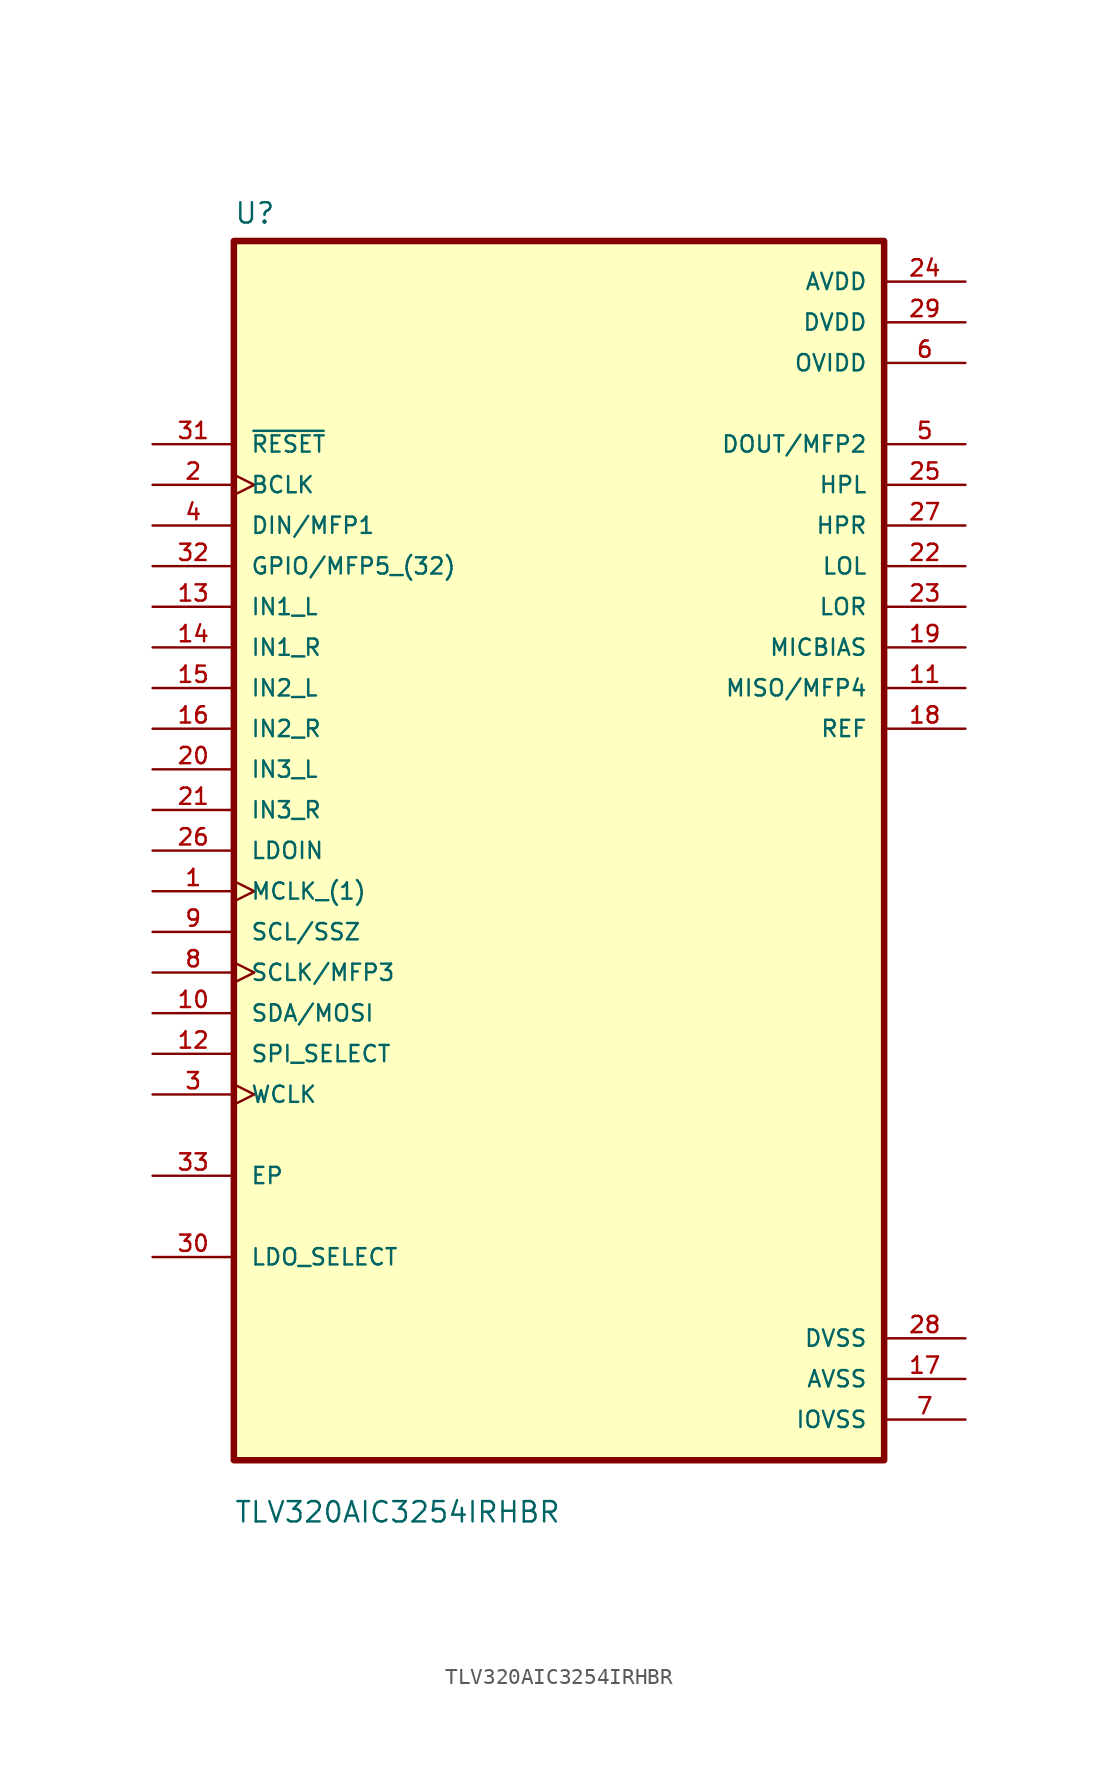
<source format=kicad_sym>
(kicad_symbol_lib
  (version 20211014)
  (generator kicad_symbol_editor)
  (symbol "TLV320AIC3254IRHBR"
    (pin_names
      (offset 1.016))
    (property "Reference" "U"
      (at -20.32 39.091 0)
      (effects (font (size 1.27 1.27)) (justify left bottom)))
    (property "Value" "TLV320AIC3254IRHBR"
      (at -20.32 -42.088 0)
      (effects (font (size 1.27 1.27)) (justify left bottom)))
    (property "ki_locked" ""
      (at 0 0 0)
      (effects (font (size 1.27 1.27))))
    (symbol "TLV320AIC3254IRHBR_0_0"
      (rectangle (start -20.32 -38.1) (end 20.32 38.1) (stroke (width 0.406) (type default) (color 0 0 0 0)) (fill (type background)))
      (pin input clock (at -25.4 -2.54 0) (length 5.08) (name "MCLK_(1)" (effects (font (size 1.016 1.016)))) (number "1" (effects (font (size 1.016 1.016)))))
      (pin input line (at -25.4 -10.16 0) (length 5.08) (name "SDA/MOSI" (effects (font (size 1.016 1.016)))) (number "10" (effects (font (size 1.016 1.016)))))
      (pin output line (at 25.4 10.16 180) (length 5.08) (name "MISO/MFP4" (effects (font (size 1.016 1.016)))) (number "11" (effects (font (size 1.016 1.016)))))
      (pin input line (at -25.4 -12.7 0) (length 5.08) (name "SPI_SELECT" (effects (font (size 1.016 1.016)))) (number "12" (effects (font (size 1.016 1.016)))))
      (pin input line (at -25.4 15.24 0) (length 5.08) (name "IN1_L" (effects (font (size 1.016 1.016)))) (number "13" (effects (font (size 1.016 1.016)))))
      (pin input line (at -25.4 12.7 0) (length 5.08) (name "IN1_R" (effects (font (size 1.016 1.016)))) (number "14" (effects (font (size 1.016 1.016)))))
      (pin input line (at -25.4 10.16 0) (length 5.08) (name "IN2_L" (effects (font (size 1.016 1.016)))) (number "15" (effects (font (size 1.016 1.016)))))
      (pin input line (at -25.4 7.62 0) (length 5.08) (name "IN2_R" (effects (font (size 1.016 1.016)))) (number "16" (effects (font (size 1.016 1.016)))))
      (pin power_in line (at 25.4 -33.02 180) (length 5.08) (name "AVSS" (effects (font (size 1.016 1.016)))) (number "17" (effects (font (size 1.016 1.016)))))
      (pin output line (at 25.4 7.62 180) (length 5.08) (name "REF" (effects (font (size 1.016 1.016)))) (number "18" (effects (font (size 1.016 1.016)))))
      (pin output line (at 25.4 12.7 180) (length 5.08) (name "MICBIAS" (effects (font (size 1.016 1.016)))) (number "19" (effects (font (size 1.016 1.016)))))
      (pin input clock (at -25.4 22.86 0) (length 5.08) (name "BCLK" (effects (font (size 1.016 1.016)))) (number "2" (effects (font (size 1.016 1.016)))))
      (pin input line (at -25.4 5.08 0) (length 5.08) (name "IN3_L" (effects (font (size 1.016 1.016)))) (number "20" (effects (font (size 1.016 1.016)))))
      (pin input line (at -25.4 2.54 0) (length 5.08) (name "IN3_R" (effects (font (size 1.016 1.016)))) (number "21" (effects (font (size 1.016 1.016)))))
      (pin output line (at 25.4 17.78 180) (length 5.08) (name "LOL" (effects (font (size 1.016 1.016)))) (number "22" (effects (font (size 1.016 1.016)))))
      (pin output line (at 25.4 15.24 180) (length 5.08) (name "LOR" (effects (font (size 1.016 1.016)))) (number "23" (effects (font (size 1.016 1.016)))))
      (pin power_in line (at 25.4 35.56 180) (length 5.08) (name "AVDD" (effects (font (size 1.016 1.016)))) (number "24" (effects (font (size 1.016 1.016)))))
      (pin output line (at 25.4 22.86 180) (length 5.08) (name "HPL" (effects (font (size 1.016 1.016)))) (number "25" (effects (font (size 1.016 1.016)))))
      (pin input line (at -25.4 0 0) (length 5.08) (name "LDOIN" (effects (font (size 1.016 1.016)))) (number "26" (effects (font (size 1.016 1.016)))))
      (pin output line (at 25.4 20.32 180) (length 5.08) (name "HPR" (effects (font (size 1.016 1.016)))) (number "27" (effects (font (size 1.016 1.016)))))
      (pin power_in line (at 25.4 -30.48 180) (length 5.08) (name "DVSS" (effects (font (size 1.016 1.016)))) (number "28" (effects (font (size 1.016 1.016)))))
      (pin power_in line (at 25.4 33.02 180) (length 5.08) (name "DVDD" (effects (font (size 1.016 1.016)))) (number "29" (effects (font (size 1.016 1.016)))))
      (pin input clock (at -25.4 -15.24 0) (length 5.08) (name "WCLK" (effects (font (size 1.016 1.016)))) (number "3" (effects (font (size 1.016 1.016)))))
      (pin bidirectional line (at -25.4 -25.4 0) (length 5.08) (name "LDO_SELECT" (effects (font (size 1.016 1.016)))) (number "30" (effects (font (size 1.016 1.016)))))
      (pin input line (at -25.4 25.4 0) (length 5.08) (name "~{RESET}" (effects (font (size 1.016 1.016)))) (number "31" (effects (font (size 1.016 1.016)))))
      (pin input line (at -25.4 17.78 0) (length 5.08) (name "GPIO/MFP5_(32)" (effects (font (size 1.016 1.016)))) (number "32" (effects (font (size 1.016 1.016)))))
      (pin bidirectional line (at -25.4 -20.32 0) (length 5.08) (name "EP" (effects (font (size 1.016 1.016)))) (number "33" (effects (font (size 1.016 1.016)))))
      (pin input line (at -25.4 20.32 0) (length 5.08) (name "DIN/MFP1" (effects (font (size 1.016 1.016)))) (number "4" (effects (font (size 1.016 1.016)))))
      (pin output line (at 25.4 25.4 180) (length 5.08) (name "DOUT/MFP2" (effects (font (size 1.016 1.016)))) (number "5" (effects (font (size 1.016 1.016)))))
      (pin power_in line (at 25.4 30.48 180) (length 5.08) (name "OVIDD" (effects (font (size 1.016 1.016)))) (number "6" (effects (font (size 1.016 1.016)))))
      (pin power_in line (at 25.4 -35.56 180) (length 5.08) (name "IOVSS" (effects (font (size 1.016 1.016)))) (number "7" (effects (font (size 1.016 1.016)))))
      (pin input clock (at -25.4 -7.62 0) (length 5.08) (name "SCLK/MFP3" (effects (font (size 1.016 1.016)))) (number "8" (effects (font (size 1.016 1.016)))))
      (pin input line (at -25.4 -5.08 0) (length 5.08) (name "SCL/SSZ" (effects (font (size 1.016 1.016)))) (number "9" (effects (font (size 1.016 1.016))))))))
</source>
